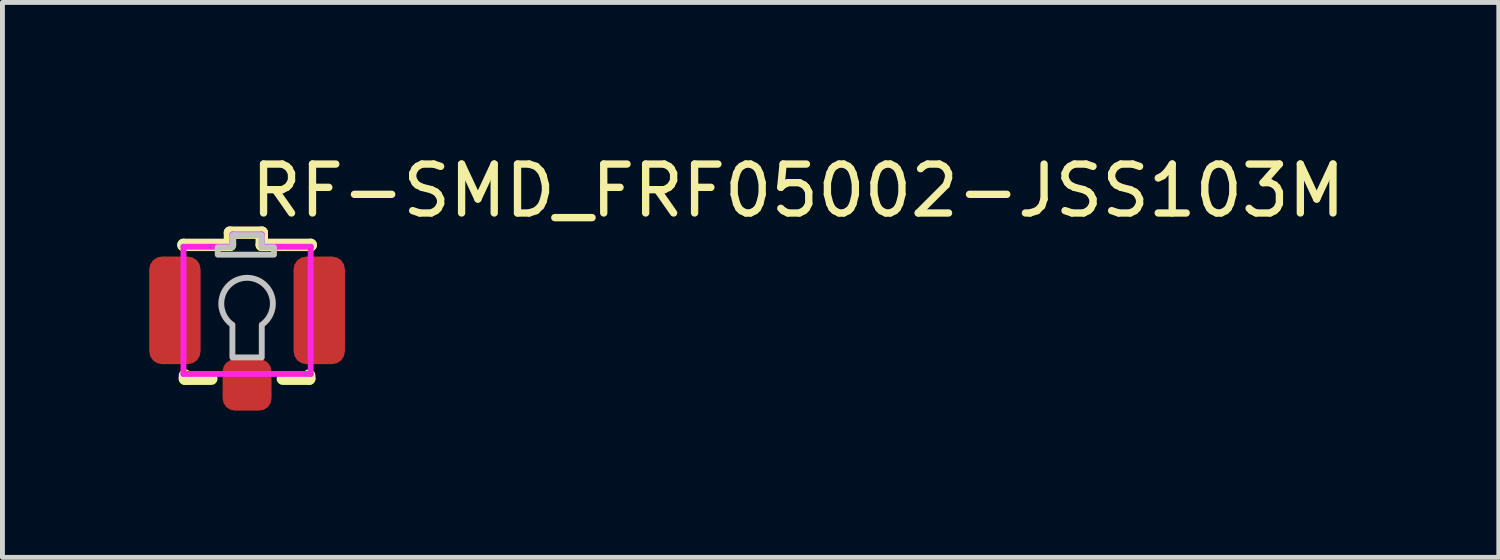
<source format=kicad_pcb>
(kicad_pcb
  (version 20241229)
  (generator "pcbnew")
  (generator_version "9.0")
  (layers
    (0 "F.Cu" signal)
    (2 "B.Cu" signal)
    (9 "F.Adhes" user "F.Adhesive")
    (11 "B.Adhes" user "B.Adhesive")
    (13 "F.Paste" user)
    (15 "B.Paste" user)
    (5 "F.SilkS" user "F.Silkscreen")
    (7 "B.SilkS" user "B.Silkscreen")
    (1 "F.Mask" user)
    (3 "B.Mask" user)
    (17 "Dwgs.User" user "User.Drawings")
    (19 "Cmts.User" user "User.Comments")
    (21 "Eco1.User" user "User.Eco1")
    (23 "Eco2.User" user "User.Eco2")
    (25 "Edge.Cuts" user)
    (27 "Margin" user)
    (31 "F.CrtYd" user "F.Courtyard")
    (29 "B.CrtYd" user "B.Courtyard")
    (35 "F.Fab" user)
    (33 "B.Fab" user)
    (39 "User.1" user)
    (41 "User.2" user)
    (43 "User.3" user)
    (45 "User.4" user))
  (footprint "RF-SMD_FRF05002-JSS103M"
    (layer "F.Cu")
    (at 2 4.055)
    (property "Reference" "RF-SMD_FRF05002-JSS103M" (at 0 -3.207 0) (layer "F.SilkS") (effects (font (size 1 1) (thickness 0.15)) (justify left)))
    (attr smd)
    (fp_line (start -1.3 -2.1) (end -0.35 -2.1) (stroke (width 0.254) (type solid)) (layer "F.SilkS"))
    (fp_line (start -1.3 -2.094) (end -1.3 -2.1) (stroke (width 0.254) (type solid)) (layer "F.SilkS"))
    (fp_line (start -1.27 0.569) (end -1.27 0.635) (stroke (width 0.254) (type solid)) (layer "F.SilkS"))
    (fp_line (start -1.27 0.635) (end -0.731 0.635) (stroke (width 0.254) (type solid)) (layer "F.SilkS"))
    (fp_line (start -0.35 -2.35) (end 0.3 -2.35) (stroke (width 0.254) (type solid)) (layer "F.SilkS"))
    (fp_line (start -0.35 -2.1) (end -0.35 -2.35) (stroke (width 0.254) (type solid)) (layer "F.SilkS"))
    (fp_line (start 0.3 -2.35) (end 0.3 -2.1) (stroke (width 0.254) (type solid)) (layer "F.SilkS"))
    (fp_line (start 0.3 -2.1) (end 1.3 -2.1) (stroke (width 0.254) (type solid)) (layer "F.SilkS"))
    (fp_line (start 0.731 0.635) (end 1.27 0.635) (stroke (width 0.254) (type solid)) (layer "F.SilkS"))
    (fp_line (start 1.27 0.635) (end 1.27 0.569) (stroke (width 0.254) (type solid)) (layer "F.SilkS"))
    (fp_line (start 1.3 -2.1) (end 1.3 -2.094) (stroke (width 0.254) (type solid)) (layer "F.SilkS"))
    (fp_poly (pts (xy -0.3 -2.05) (xy -0.3 -2.3) (xy 0.3 -2.3) (xy 0.3 -2.05) (xy 0.55 -2.05) (xy 0.55 -1.9) (xy -0.6 -1.9) (xy -0.6 -2.05)) (stroke (width 0.12) (type solid)) (fill no) (layer "Dwgs.User"))
    (fp_poly (pts (xy 0.033 -1.426) (xy 0 -1.427) (xy -0.033 -1.426) (xy -0.066 -1.423) (xy -0.099 -1.418) (xy -0.131 -1.41) (xy -0.163 -1.401) (xy -0.194 -1.39) (xy -0.224 -1.377) (xy -0.254 -1.362) (xy -0.282 -1.345) (xy -0.31 -1.326) (xy -0.336 -1.306) (xy -0.361 -1.284) (xy -0.384 -1.261) (xy -0.406 -1.236) (xy -0.426 -1.21) (xy -0.445 -1.182) (xy -0.462 -1.154) (xy -0.477 -1.124) (xy -0.49 -1.094) (xy -0.501 -1.063) (xy -0.51 -1.031) (xy -0.518 -0.999) (xy -0.523 -0.966) (xy -0.526 -0.933) (xy -0.527 -0.9) (xy -0.526 -0.867) (xy -0.523 -0.834) (xy -0.518 -0.801) (xy -0.51 -0.769) (xy -0.501 -0.737) (xy -0.49 -0.706) (xy -0.477 -0.676) (xy -0.462 -0.646) (xy -0.445 -0.618) (xy -0.426 -0.59) (xy -0.406 -0.564) (xy -0.384 -0.539) (xy -0.361 -0.516) (xy -0.336 -0.494) (xy -0.31 -0.474) (xy -0.3 -0.467) (xy -0.3 0.2) (xy 0.3 0.2) (xy 0.3 -0.467) (xy 0.31 -0.474) (xy 0.336 -0.494) (xy 0.361 -0.516) (xy 0.384 -0.539) (xy 0.406 -0.564) (xy 0.426 -0.59) (xy 0.445 -0.618) (xy 0.462 -0.646) (xy 0.477 -0.676) (xy 0.49 -0.706) (xy 0.501 -0.737) (xy 0.51 -0.769) (xy 0.518 -0.801) (xy 0.523 -0.834) (xy 0.526 -0.867) (xy 0.527 -0.9) (xy 0.526 -0.933) (xy 0.523 -0.966) (xy 0.518 -0.999) (xy 0.51 -1.031) (xy 0.501 -1.063) (xy 0.49 -1.094) (xy 0.477 -1.124) (xy 0.462 -1.154) (xy 0.445 -1.182) (xy 0.426 -1.21) (xy 0.406 -1.236) (xy 0.384 -1.261) (xy 0.361 -1.284) (xy 0.336 -1.306) (xy 0.31 -1.326) (xy 0.282 -1.345) (xy 0.254 -1.362) (xy 0.224 -1.377) (xy 0.194 -1.39) (xy 0.163 -1.401) (xy 0.131 -1.41) (xy 0.099 -1.418) (xy 0.066 -1.423)) (stroke (width 0.12) (type solid)) (fill no) (layer "Dwgs.User"))
    (fp_circle (center 1.5 0.79) (end 1.53 0.79) (stroke (width 0.06) (type solid)) (fill no) (layer "Eco2.User"))
    (fp_line (start -1.3 -2.062) (end -0.301 -2.062) (stroke (width 0.12) (type solid)) (layer "F.CrtYd"))
    (fp_line (start -1.3 0.538) (end -1.3 -2.062) (stroke (width 0.12) (type solid)) (layer "F.CrtYd"))
    (fp_line (start -0.301 -2.062) (end -0.3 -2.313) (stroke (width 0.12) (type solid)) (layer "F.CrtYd"))
    (fp_line (start -0.3 -2.313) (end 0.301 -2.313) (stroke (width 0.12) (type solid)) (layer "F.CrtYd"))
    (fp_line (start 0.3 -2.062) (end 1.3 -2.062) (stroke (width 0.12) (type solid)) (layer "F.CrtYd"))
    (fp_line (start 0.301 -2.313) (end 0.3 -2.062) (stroke (width 0.12) (type solid)) (layer "F.CrtYd"))
    (fp_line (start 1.3 -2.062) (end 1.3 0.538) (stroke (width 0.12) (type solid)) (layer "F.CrtYd"))
    (fp_line (start 1.3 0.538) (end -1.3 0.538) (stroke (width 0.12) (type solid)) (layer "F.CrtYd"))
    (pad "1" smd roundrect (at 0 0.762) (size 1 1.05) (layers "F.Cu" "F.Mask" "F.Paste") (roundrect_rratio 0.25))
    (pad "2" smd roundrect (at -1.475 -0.762) (size 1.05 2.2) (layers "F.Cu" "F.Mask" "F.Paste") (roundrect_rratio 0.25))
    (pad "3" smd roundrect (at 1.475 -0.762) (size 1.05 2.2) (layers "F.Cu" "F.Mask" "F.Paste") (roundrect_rratio 0.25)))
  (gr_rect
    (start -3 -3)
    (end 27.583 8.342)
    (stroke (width 0.1) (type default))
    (fill no)
    (layer "Edge.Cuts")))
</source>
